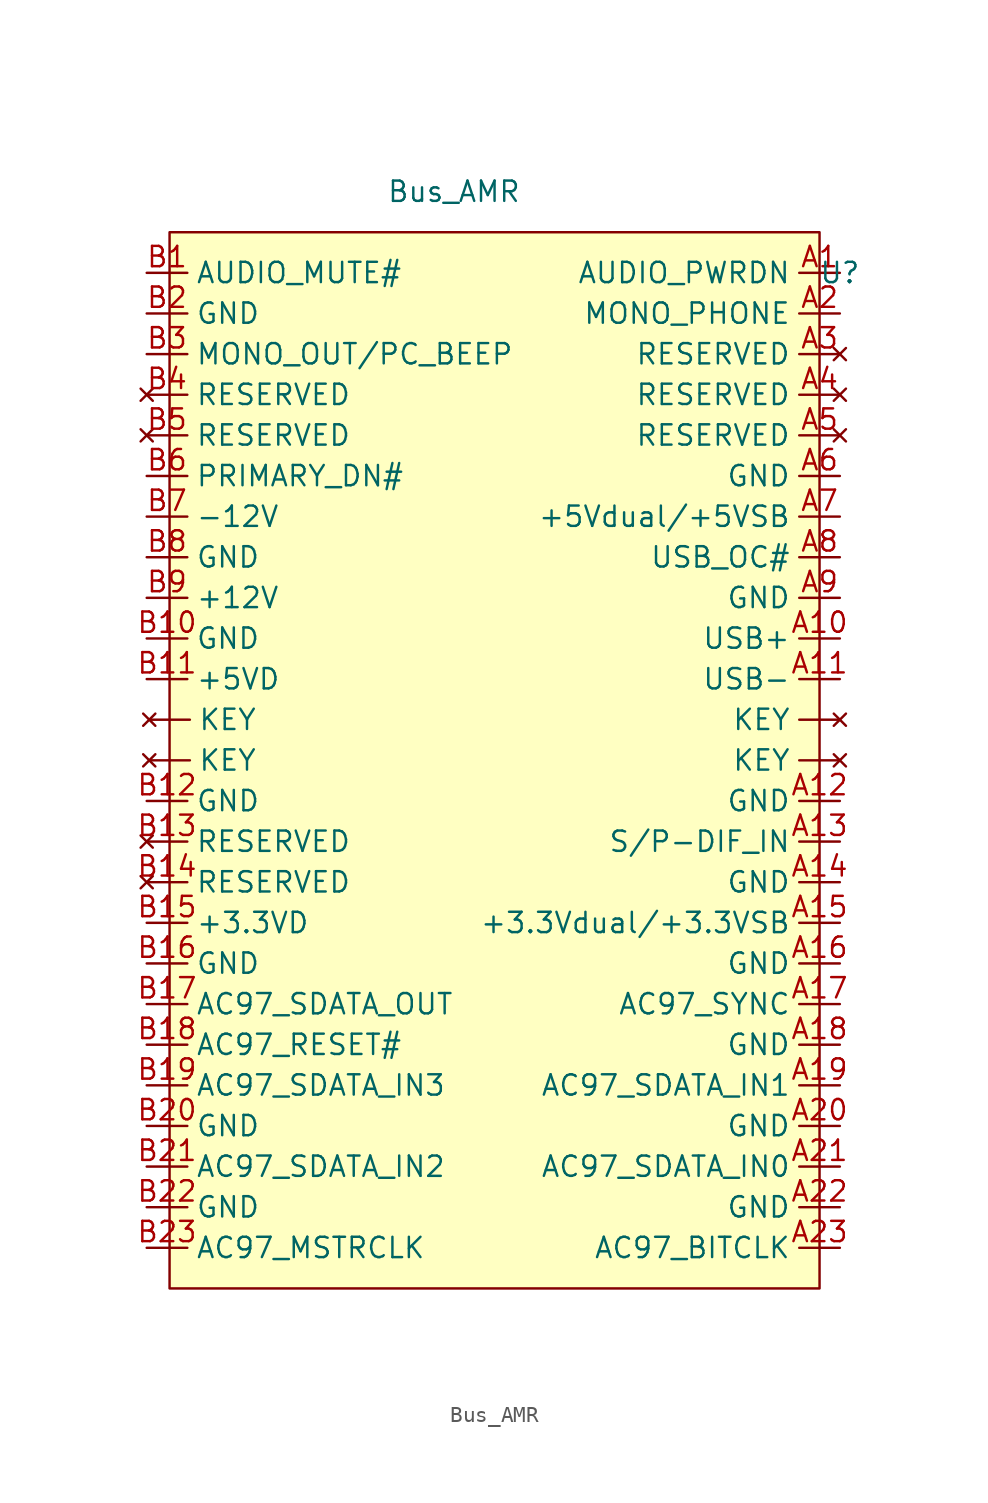
<source format=kicad_sym>
(kicad_symbol_lib
  (version 20211014)
  (generator kicad_symbol_editor)
  (symbol "Bus_AMR"
    (property "Reference" "U"
      (at 24.13 -1.27 0)
      (effects (font (size 1.27 1.27))))
    (property "Value" "Bus_AMR"
      (at 0 3.81 0)
      (effects (font (size 1.27 1.27))))
    (symbol "Bus_AMR_0_0"
      (pin no_connect line (at -19.05 -31.75 0) (length 2.54) (name "KEY" (effects (font (size 1.27 1.27)))) (number "" (effects (font (size 1.27 1.27)))))
      (pin no_connect line (at -19.05 -29.21 0) (length 2.54) (name "KEY" (effects (font (size 1.27 1.27)))) (number "" (effects (font (size 1.27 1.27)))))
      (pin no_connect line (at 24.13 -31.75 180) (length 2.54) (name "KEY" (effects (font (size 1.27 1.27)))) (number "" (effects (font (size 1.27 1.27)))))
      (pin no_connect line (at 24.13 -29.21 180) (length 2.54) (name "KEY" (effects (font (size 1.27 1.27)))) (number "" (effects (font (size 1.27 1.27)))))
      (pin input line (at 24.13 -1.27 180) (length 2.54) (name "AUDIO_PWRDN" (effects (font (size 1.27 1.27)))) (number "A1" (effects (font (size 1.27 1.27)))))
      (pin bidirectional line (at 24.13 -24.13 180) (length 2.54) (name "USB+" (effects (font (size 1.27 1.27)))) (number "A10" (effects (font (size 1.27 1.27)))))
      (pin bidirectional line (at 24.13 -26.67 180) (length 2.54) (name "USB-" (effects (font (size 1.27 1.27)))) (number "A11" (effects (font (size 1.27 1.27)))))
      (pin power_in line (at 24.13 -34.29 180) (length 2.54) (name "GND" (effects (font (size 1.27 1.27)))) (number "A12" (effects (font (size 1.27 1.27)))))
      (pin input line (at 24.13 -36.83 180) (length 2.54) (name "S/P-DIF_IN" (effects (font (size 1.27 1.27)))) (number "A13" (effects (font (size 1.27 1.27)))))
      (pin power_in line (at 24.13 -39.37 180) (length 2.54) (name "GND" (effects (font (size 1.27 1.27)))) (number "A14" (effects (font (size 1.27 1.27)))))
      (pin power_in line (at 24.13 -41.91 180) (length 2.54) (name "+3.3Vdual/+3.3VSB" (effects (font (size 1.27 1.27)))) (number "A15" (effects (font (size 1.27 1.27)))))
      (pin power_in line (at 24.13 -44.45 180) (length 2.54) (name "GND" (effects (font (size 1.27 1.27)))) (number "A16" (effects (font (size 1.27 1.27)))))
      (pin input line (at 24.13 -46.99 180) (length 2.54) (name "AC97_SYNC" (effects (font (size 1.27 1.27)))) (number "A17" (effects (font (size 1.27 1.27)))))
      (pin power_in line (at 24.13 -49.53 180) (length 2.54) (name "GND" (effects (font (size 1.27 1.27)))) (number "A18" (effects (font (size 1.27 1.27)))))
      (pin output line (at 24.13 -52.07 180) (length 2.54) (name "AC97_SDATA_IN1" (effects (font (size 1.27 1.27)))) (number "A19" (effects (font (size 1.27 1.27)))))
      (pin output line (at 24.13 -3.81 180) (length 2.54) (name "MONO_PHONE" (effects (font (size 1.27 1.27)))) (number "A2" (effects (font (size 1.27 1.27)))))
      (pin power_in line (at 24.13 -54.61 180) (length 2.54) (name "GND" (effects (font (size 1.27 1.27)))) (number "A20" (effects (font (size 1.27 1.27)))))
      (pin output line (at 24.13 -57.15 180) (length 2.54) (name "AC97_SDATA_IN0" (effects (font (size 1.27 1.27)))) (number "A21" (effects (font (size 1.27 1.27)))))
      (pin power_in line (at 24.13 -59.69 180) (length 2.54) (name "GND" (effects (font (size 1.27 1.27)))) (number "A22" (effects (font (size 1.27 1.27)))))
      (pin bidirectional line (at 24.13 -62.23 180) (length 2.54) (name "AC97_BITCLK" (effects (font (size 1.27 1.27)))) (number "A23" (effects (font (size 1.27 1.27)))))
      (pin no_connect line (at 24.13 -6.35 180) (length 2.54) (name "RESERVED" (effects (font (size 1.27 1.27)))) (number "A3" (effects (font (size 1.27 1.27)))))
      (pin no_connect line (at 24.13 -8.89 180) (length 2.54) (name "RESERVED" (effects (font (size 1.27 1.27)))) (number "A4" (effects (font (size 1.27 1.27)))))
      (pin no_connect line (at 24.13 -11.43 180) (length 2.54) (name "RESERVED" (effects (font (size 1.27 1.27)))) (number "A5" (effects (font (size 1.27 1.27)))))
      (pin power_in line (at 24.13 -13.97 180) (length 2.54) (name "GND" (effects (font (size 1.27 1.27)))) (number "A6" (effects (font (size 1.27 1.27)))))
      (pin power_in line (at 24.13 -16.51 180) (length 2.54) (name "+5Vdual/+5VSB" (effects (font (size 1.27 1.27)))) (number "A7" (effects (font (size 1.27 1.27)))))
      (pin output line (at 24.13 -19.05 180) (length 2.54) (name "USB_OC#" (effects (font (size 1.27 1.27)))) (number "A8" (effects (font (size 1.27 1.27)))))
      (pin power_in line (at 24.13 -21.59 180) (length 2.54) (name "GND" (effects (font (size 1.27 1.27)))) (number "A9" (effects (font (size 1.27 1.27)))))
      (pin input line (at -19.21 -1.27 0) (length 2.54) (name "AUDIO_MUTE#" (effects (font (size 1.27 1.27)))) (number "B1" (effects (font (size 1.27 1.27)))))
      (pin power_in line (at -19.21 -24.13 0) (length 2.54) (name "GND" (effects (font (size 1.27 1.27)))) (number "B10" (effects (font (size 1.27 1.27)))))
      (pin power_in line (at -19.21 -26.67 0) (length 2.54) (name "+5VD" (effects (font (size 1.27 1.27)))) (number "B11" (effects (font (size 1.27 1.27)))))
      (pin power_in line (at -19.21 -34.29 0) (length 2.54) (name "GND" (effects (font (size 1.27 1.27)))) (number "B12" (effects (font (size 1.27 1.27)))))
      (pin no_connect line (at -19.21 -36.83 0) (length 2.54) (name "RESERVED" (effects (font (size 1.27 1.27)))) (number "B13" (effects (font (size 1.27 1.27)))))
      (pin no_connect line (at -19.21 -39.37 0) (length 2.54) (name "RESERVED" (effects (font (size 1.27 1.27)))) (number "B14" (effects (font (size 1.27 1.27)))))
      (pin power_in line (at -19.21 -41.91 0) (length 2.54) (name "+3.3VD" (effects (font (size 1.27 1.27)))) (number "B15" (effects (font (size 1.27 1.27)))))
      (pin power_in line (at -19.21 -44.45 0) (length 2.54) (name "GND" (effects (font (size 1.27 1.27)))) (number "B16" (effects (font (size 1.27 1.27)))))
      (pin input line (at -19.21 -46.99 0) (length 2.54) (name "AC97_SDATA_OUT" (effects (font (size 1.27 1.27)))) (number "B17" (effects (font (size 1.27 1.27)))))
      (pin input line (at -19.21 -49.53 0) (length 2.54) (name "AC97_RESET#" (effects (font (size 1.27 1.27)))) (number "B18" (effects (font (size 1.27 1.27)))))
      (pin output line (at -19.21 -52.07 0) (length 2.54) (name "AC97_SDATA_IN3" (effects (font (size 1.27 1.27)))) (number "B19" (effects (font (size 1.27 1.27)))))
      (pin power_in line (at -19.21 -3.81 0) (length 2.54) (name "GND" (effects (font (size 1.27 1.27)))) (number "B2" (effects (font (size 1.27 1.27)))))
      (pin power_in line (at -19.21 -54.61 0) (length 2.54) (name "GND" (effects (font (size 1.27 1.27)))) (number "B20" (effects (font (size 1.27 1.27)))))
      (pin output line (at -19.21 -57.15 0) (length 2.54) (name "AC97_SDATA_IN2" (effects (font (size 1.27 1.27)))) (number "B21" (effects (font (size 1.27 1.27)))))
      (pin power_in line (at -19.21 -59.69 0) (length 2.54) (name "GND" (effects (font (size 1.27 1.27)))) (number "B22" (effects (font (size 1.27 1.27)))))
      (pin unspecified line (at -19.21 -62.23 0) (length 2.54) (name "AC97_MSTRCLK" (effects (font (size 1.27 1.27)))) (number "B23" (effects (font (size 1.27 1.27)))))
      (pin input line (at -19.21 -6.35 0) (length 2.54) (name "MONO_OUT/PC_BEEP" (effects (font (size 1.27 1.27)))) (number "B3" (effects (font (size 1.27 1.27)))))
      (pin no_connect line (at -19.21 -8.89 0) (length 2.54) (name "RESERVED" (effects (font (size 1.27 1.27)))) (number "B4" (effects (font (size 1.27 1.27)))))
      (pin no_connect line (at -19.21 -11.43 0) (length 2.54) (name "RESERVED" (effects (font (size 1.27 1.27)))) (number "B5" (effects (font (size 1.27 1.27)))))
      (pin input line (at -19.21 -13.97 0) (length 2.54) (name "PRIMARY_DN#" (effects (font (size 1.27 1.27)))) (number "B6" (effects (font (size 1.27 1.27)))))
      (pin power_in line (at -19.21 -16.51 0) (length 2.54) (name "-12V" (effects (font (size 1.27 1.27)))) (number "B7" (effects (font (size 1.27 1.27)))))
      (pin power_in line (at -19.21 -19.05 0) (length 2.54) (name "GND" (effects (font (size 1.27 1.27)))) (number "B8" (effects (font (size 1.27 1.27)))))
      (pin power_in line (at -19.21 -21.59 0) (length 2.54) (name "+12V" (effects (font (size 1.27 1.27)))) (number "B9" (effects (font (size 1.27 1.27))))))
    (symbol "Bus_AMR_0_1"
      (rectangle (start -17.78 1.27) (end 22.86 -64.77) (stroke (width 0) (type default) (color 0 0 0 0)) (fill (type background))))))
</source>
